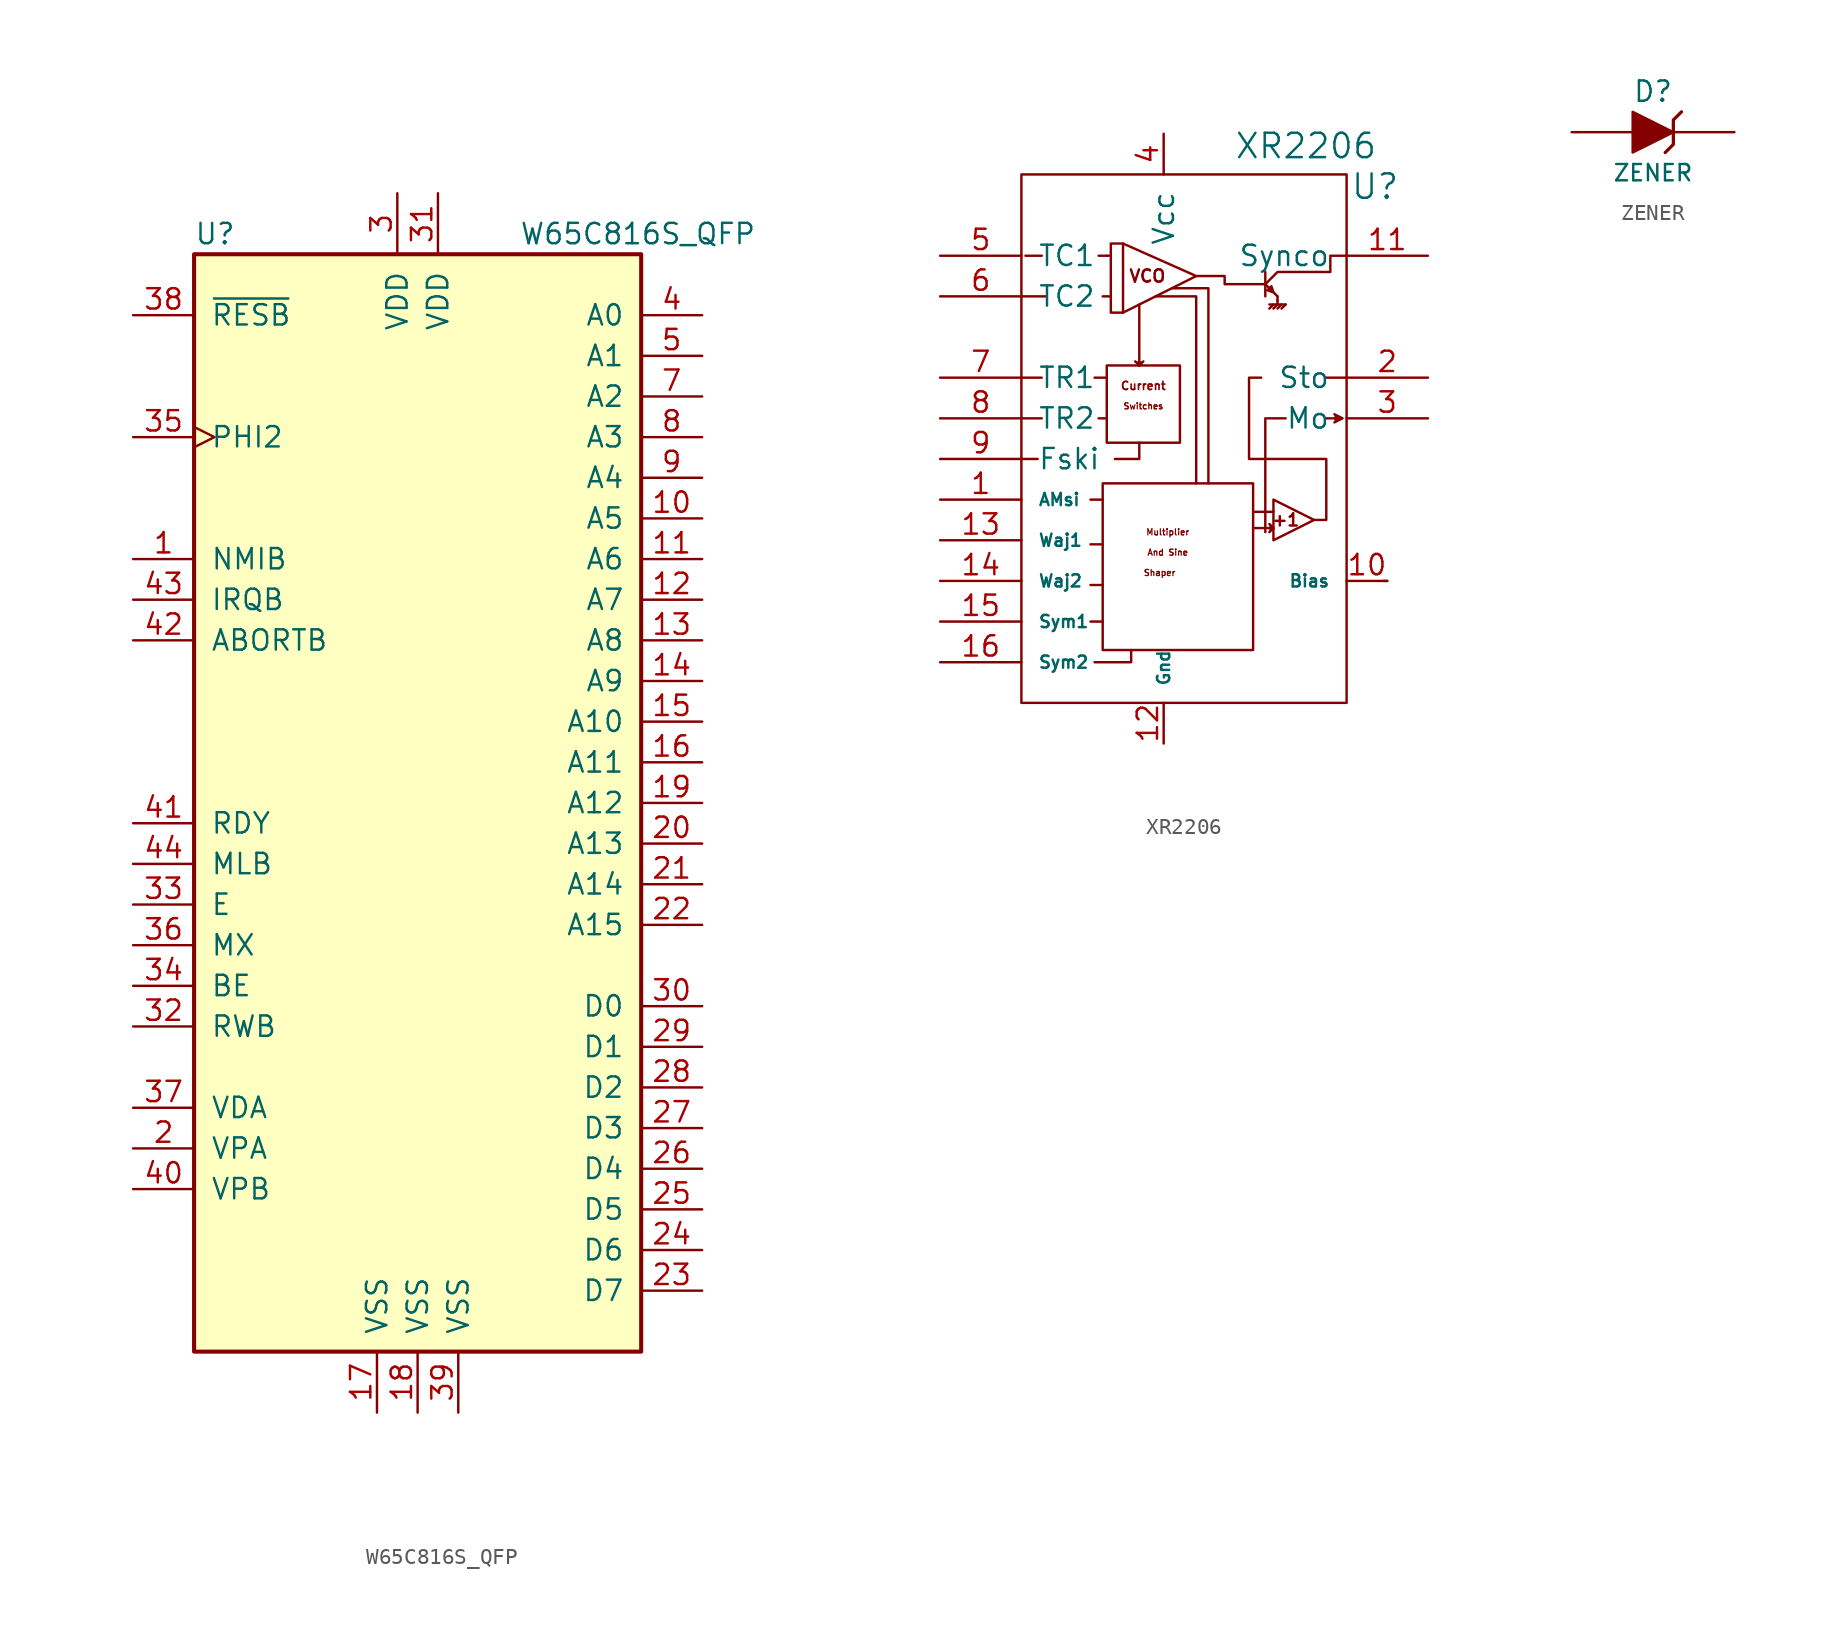
<source format=kicad_sym>
(kicad_symbol_lib
  (version 20220914)
  (generator kicad_symbol_editor)
  (symbol "W65C816S_QFP"
    (pin_names
      (offset 1.016))
    (property "Reference" "U"
      (at -13.97 35.56 0)
      (effects (font (size 1.27 1.27)) (justify left)))
    (property "Value" "W65C816S_QFP"
      (at 6.35 35.56 0)
      (effects (font (size 1.27 1.27)) (justify left)))
    (symbol "W65C816S_QFP_0_1"
      (rectangle (start -13.97 34.29) (end 13.97 -34.29) (stroke (width 0.254) (type default)) (fill (type background))))
    (symbol "W65C816S_QFP_1_1"
      (pin input line (at -17.78 15.24 0) (length 3.81) (name "NMIB" (effects (font (size 1.27 1.27)))) (number "1" (effects (font (size 1.27 1.27)))))
      (pin output line (at 17.78 17.78 180) (length 3.81) (name "A5" (effects (font (size 1.27 1.27)))) (number "10" (effects (font (size 1.27 1.27)))))
      (pin output line (at 17.78 15.24 180) (length 3.81) (name "A6" (effects (font (size 1.27 1.27)))) (number "11" (effects (font (size 1.27 1.27)))))
      (pin output line (at 17.78 12.7 180) (length 3.81) (name "A7" (effects (font (size 1.27 1.27)))) (number "12" (effects (font (size 1.27 1.27)))))
      (pin output line (at 17.78 10.16 180) (length 3.81) (name "A8" (effects (font (size 1.27 1.27)))) (number "13" (effects (font (size 1.27 1.27)))))
      (pin output line (at 17.78 7.62 180) (length 3.81) (name "A9" (effects (font (size 1.27 1.27)))) (number "14" (effects (font (size 1.27 1.27)))))
      (pin output line (at 17.78 5.08 180) (length 3.81) (name "A10" (effects (font (size 1.27 1.27)))) (number "15" (effects (font (size 1.27 1.27)))))
      (pin output line (at 17.78 2.54 180) (length 3.81) (name "A11" (effects (font (size 1.27 1.27)))) (number "16" (effects (font (size 1.27 1.27)))))
      (pin power_in line (at -2.54 -38.1 90) (length 3.81) (name "VSS" (effects (font (size 1.27 1.27)))) (number "17" (effects (font (size 1.27 1.27)))))
      (pin power_in line (at 0 -38.1 90) (length 3.81) (name "VSS" (effects (font (size 1.27 1.27)))) (number "18" (effects (font (size 1.27 1.27)))))
      (pin output line (at 17.78 0 180) (length 3.81) (name "A12" (effects (font (size 1.27 1.27)))) (number "19" (effects (font (size 1.27 1.27)))))
      (pin output line (at -17.78 -21.59 0) (length 3.81) (name "VPA" (effects (font (size 1.27 1.27)))) (number "2" (effects (font (size 1.27 1.27)))))
      (pin output line (at 17.78 -2.54 180) (length 3.81) (name "A13" (effects (font (size 1.27 1.27)))) (number "20" (effects (font (size 1.27 1.27)))))
      (pin output line (at 17.78 -5.08 180) (length 3.81) (name "A14" (effects (font (size 1.27 1.27)))) (number "21" (effects (font (size 1.27 1.27)))))
      (pin output line (at 17.78 -7.62 180) (length 3.81) (name "A15" (effects (font (size 1.27 1.27)))) (number "22" (effects (font (size 1.27 1.27)))))
      (pin bidirectional line (at 17.78 -30.48 180) (length 3.81) (name "D7" (effects (font (size 1.27 1.27)))) (number "23" (effects (font (size 1.27 1.27)))))
      (pin bidirectional line (at 17.78 -27.94 180) (length 3.81) (name "D6" (effects (font (size 1.27 1.27)))) (number "24" (effects (font (size 1.27 1.27)))))
      (pin bidirectional line (at 17.78 -25.4 180) (length 3.81) (name "D5" (effects (font (size 1.27 1.27)))) (number "25" (effects (font (size 1.27 1.27)))))
      (pin bidirectional line (at 17.78 -22.86 180) (length 3.81) (name "D4" (effects (font (size 1.27 1.27)))) (number "26" (effects (font (size 1.27 1.27)))))
      (pin bidirectional line (at 17.78 -20.32 180) (length 3.81) (name "D3" (effects (font (size 1.27 1.27)))) (number "27" (effects (font (size 1.27 1.27)))))
      (pin bidirectional line (at 17.78 -17.78 180) (length 3.81) (name "D2" (effects (font (size 1.27 1.27)))) (number "28" (effects (font (size 1.27 1.27)))))
      (pin bidirectional line (at 17.78 -15.24 180) (length 3.81) (name "D1" (effects (font (size 1.27 1.27)))) (number "29" (effects (font (size 1.27 1.27)))))
      (pin power_in line (at -1.27 38.1 270) (length 3.81) (name "VDD" (effects (font (size 1.27 1.27)))) (number "3" (effects (font (size 1.27 1.27)))))
      (pin bidirectional line (at 17.78 -12.7 180) (length 3.81) (name "D0" (effects (font (size 1.27 1.27)))) (number "30" (effects (font (size 1.27 1.27)))))
      (pin power_in line (at 1.27 38.1 270) (length 3.81) (name "VDD" (effects (font (size 1.27 1.27)))) (number "31" (effects (font (size 1.27 1.27)))))
      (pin output line (at -17.78 -13.97 0) (length 3.81) (name "RWB" (effects (font (size 1.27 1.27)))) (number "32" (effects (font (size 1.27 1.27)))))
      (pin input line (at -17.78 -6.35 0) (length 3.81) (name "E" (effects (font (size 1.27 1.27)))) (number "33" (effects (font (size 1.27 1.27)))))
      (pin output line (at -17.78 -11.43 0) (length 3.81) (name "BE" (effects (font (size 1.27 1.27)))) (number "34" (effects (font (size 1.27 1.27)))))
      (pin input clock (at -17.78 22.86 0) (length 3.81) (name "PHI2" (effects (font (size 1.27 1.27)))) (number "35" (effects (font (size 1.27 1.27)))))
      (pin output line (at -17.78 -8.89 0) (length 3.81) (name "MX" (effects (font (size 1.27 1.27)))) (number "36" (effects (font (size 1.27 1.27)))))
      (pin output line (at -17.78 -19.05 0) (length 3.81) (name "VDA" (effects (font (size 1.27 1.27)))) (number "37" (effects (font (size 1.27 1.27)))))
      (pin input line (at -17.78 30.48 0) (length 3.81) (name "~{RESB}" (effects (font (size 1.27 1.27)))) (number "38" (effects (font (size 1.27 1.27)))))
      (pin power_in line (at 2.54 -38.1 90) (length 3.81) (name "VSS" (effects (font (size 1.27 1.27)))) (number "39" (effects (font (size 1.27 1.27)))))
      (pin output line (at 17.78 30.48 180) (length 3.81) (name "A0" (effects (font (size 1.27 1.27)))) (number "4" (effects (font (size 1.27 1.27)))))
      (pin output line (at -17.78 -24.13 0) (length 3.81) (name "VPB" (effects (font (size 1.27 1.27)))) (number "40" (effects (font (size 1.27 1.27)))))
      (pin input line (at -17.78 -1.27 0) (length 3.81) (name "RDY" (effects (font (size 1.27 1.27)))) (number "41" (effects (font (size 1.27 1.27)))))
      (pin input line (at -17.78 10.16 0) (length 3.81) (name "ABORTB" (effects (font (size 1.27 1.27)))) (number "42" (effects (font (size 1.27 1.27)))))
      (pin input line (at -17.78 12.7 0) (length 3.81) (name "IRQB" (effects (font (size 1.27 1.27)))) (number "43" (effects (font (size 1.27 1.27)))))
      (pin output line (at -17.78 -3.81 0) (length 3.81) (name "MLB" (effects (font (size 1.27 1.27)))) (number "44" (effects (font (size 1.27 1.27)))))
      (pin output line (at 17.78 27.94 180) (length 3.81) (name "A1" (effects (font (size 1.27 1.27)))) (number "5" (effects (font (size 1.27 1.27)))))
      (pin output line (at 17.78 25.4 180) (length 3.81) (name "A2" (effects (font (size 1.27 1.27)))) (number "7" (effects (font (size 1.27 1.27)))))
      (pin output line (at 17.78 22.86 180) (length 3.81) (name "A3" (effects (font (size 1.27 1.27)))) (number "8" (effects (font (size 1.27 1.27)))))
      (pin output line (at 17.78 20.32 180) (length 3.81) (name "A4" (effects (font (size 1.27 1.27)))) (number "9" (effects (font (size 1.27 1.27)))))))
  (symbol "XR2206"
    (pin_names
      (offset 1.016))
    (property "Reference" "U"
      (at 13.208 17.018 0)
      (effects (font (size 1.524 1.524))))
    (property "Value" "XR2206"
      (at 8.89 19.558 0)
      (effects (font (size 1.524 1.524))))
    (property "Footprint" ""
      (at 0 0 0)
      (effects (font (size 1.524 1.524))))
    (property "Datasheet" ""
      (at 0 0 0)
      (effects (font (size 1.524 1.524))))
    (symbol "XR2206_0_0"
      (polyline (pts (xy 13.716 -7.62) (xy 13.97 -7.62)) (stroke (width 0) (type default)) (fill (type none)))
      (polyline (pts (xy -4.572 -10.16) (xy -3.81 -10.16) (xy -3.81 -10.16)) (stroke (width 0) (type default)) (fill (type none)))
      (polyline (pts (xy -4.572 -7.874) (xy -3.81 -7.874) (xy -3.81 -7.874)) (stroke (width 0) (type default)) (fill (type none)))
      (polyline (pts (xy -4.572 -5.334) (xy -3.81 -5.334) (xy -3.81 -5.334)) (stroke (width 0) (type default)) (fill (type none)))
      (polyline (pts (xy -4.572 -2.54) (xy -3.81 -2.54) (xy -3.81 -2.54)) (stroke (width 0) (type default)) (fill (type none)))
      (polyline (pts (xy 0.762 10.668) (xy 0.508 10.668) (xy 0.508 10.668)) (stroke (width 0) (type default)) (fill (type none)))
      (polyline (pts (xy 5.588 -4.318) (xy 6.858 -4.318) (xy 6.858 -4.318)) (stroke (width 0) (type default)) (fill (type none)))
      (polyline (pts (xy 5.588 -3.302) (xy 6.858 -3.302) (xy 6.858 -3.302)) (stroke (width 0) (type default)) (fill (type none)))
      (polyline (pts (xy 10.16 5.08) (xy 11.43 5.08) (xy 11.43 5.08)) (stroke (width 0) (type default)) (fill (type none)))
      (polyline (pts (xy 10.668 2.54) (xy 10.16 2.54) (xy 10.16 2.54)) (stroke (width 0) (type default)) (fill (type none)))
      (polyline (pts (xy -4.318 -12.7) (xy -2.032 -12.7) (xy -2.032 -11.938) (xy -2.032 -11.938)) (stroke (width 0) (type default)) (fill (type none)))
      (polyline (pts (xy -1.778 6.096) (xy -1.524 5.842) (xy -1.27 6.096) (xy -1.27 6.096)) (stroke (width 0) (type default)) (fill (type outline)))
      (polyline (pts (xy -0.508 10.16) (xy 2.032 10.16) (xy 2.032 -1.524) (xy 2.032 -1.524)) (stroke (width 0) (type default)) (fill (type none)))
      (polyline (pts (xy 0.762 10.668) (xy 2.794 10.668) (xy 2.794 -1.524) (xy 2.794 -1.524)) (stroke (width 0) (type default)) (fill (type none)))
      (polyline (pts (xy 6.604 -4.064) (xy 6.858 -4.318) (xy 6.604 -4.572) (xy 6.604 -4.572)) (stroke (width 0) (type default)) (fill (type outline)))
      (polyline (pts (xy 7.62 2.54) (xy 6.35 2.54) (xy 6.35 -4.572) (xy 6.35 -4.572)) (stroke (width 0) (type default)) (fill (type none)))
      (polyline (pts (xy 10.668 2.794) (xy 11.176 2.54) (xy 10.668 2.286) (xy 10.668 2.286)) (stroke (width 0) (type default)) (fill (type outline)))
      (polyline (pts (xy -3.81 -1.524) (xy 5.588 -1.524) (xy 5.588 -11.938) (xy -3.81 -11.938) (xy -3.81 -1.524) (xy -3.81 -1.524)) (stroke (width 0) (type default)) (fill (type none)))
      (polyline (pts (xy 6.858 -3.302) (xy 6.858 -2.54) (xy 9.398 -3.81) (xy 6.858 -5.08) (xy 6.858 -3.302) (xy 6.858 -3.302)) (stroke (width 0) (type default)) (fill (type none)))
      (polyline (pts (xy 9.398 -3.81) (xy 10.16 -3.81) (xy 10.16 -3.81) (xy 10.16 0) (xy 5.334 0) (xy 5.334 5.08) (xy 6.096 5.08) (xy 6.096 5.08)) (stroke (width 0) (type default)) (fill (type none)))
      (text "+1" (at 7.62 -3.81 0) (effects (font (size 0.762 0.762) bold)))
      (text "And Sine" (at 0.254 -5.842 0) (effects (font (size 0.381 0.381) bold)))
      (text "Current" (at -1.27 4.572 0) (effects (font (size 0.508 0.508) bold)))
      (text "Multiplier" (at 0.254 -4.572 0) (effects (font (size 0.381 0.381) bold)))
      (text "Shaper" (at -0.254 -7.112 0) (effects (font (size 0.381 0.381) bold)))
      (text "Switches" (at -1.27 3.302 0) (effects (font (size 0.381 0.381) bold)))
      (text "VCO" (at -1.016 11.43 0) (effects (font (size 0.762 0.762) bold))))
    (symbol "XR2206_0_1"
      (rectangle (start -8.89 17.78) (end 11.43 -15.24) (stroke (width 0) (type default)) (fill (type none)))
      (polyline (pts (xy -8.89 0) (xy -7.874 0) (xy -7.874 0)) (stroke (width 0) (type default)) (fill (type none)))
      (polyline (pts (xy -8.89 5.08) (xy -7.62 5.08) (xy -7.62 5.08)) (stroke (width 0) (type default)) (fill (type outline)))
      (polyline (pts (xy -8.89 10.16) (xy -7.366 10.16) (xy -7.366 10.16)) (stroke (width 0) (type default)) (fill (type none)))
      (polyline (pts (xy -8.636 12.7) (xy -7.62 12.7) (xy -7.62 12.7)) (stroke (width 0) (type default)) (fill (type none)))
      (polyline (pts (xy -4.318 5.08) (xy -3.556 5.08) (xy -3.556 5.08)) (stroke (width 0) (type default)) (fill (type outline)))
      (polyline (pts (xy -4.064 2.54) (xy -3.556 2.54) (xy -3.556 2.54)) (stroke (width 0) (type default)) (fill (type outline)))
      (polyline (pts (xy -4.064 12.7) (xy -3.556 12.7) (xy -3.556 12.7)) (stroke (width 0) (type default)) (fill (type none)))
      (polyline (pts (xy -3.81 10.16) (xy -3.302 10.16) (xy -3.302 10.16)) (stroke (width 0) (type default)) (fill (type none)))
      (polyline (pts (xy -3.556 12.7) (xy -3.302 12.7) (xy -3.302 12.7)) (stroke (width 0) (type default)) (fill (type none)))
      (polyline (pts (xy -1.524 9.652) (xy -1.524 5.842) (xy -1.524 5.842)) (stroke (width 0) (type default)) (fill (type none)))
      (polyline (pts (xy 6.35 10.922) (xy 7.112 10.16) (xy 7.112 10.16)) (stroke (width 0) (type default)) (fill (type none)))
      (polyline (pts (xy 6.35 11.684) (xy 6.35 10.16) (xy 6.35 10.16)) (stroke (width 0) (type default)) (fill (type none)))
      (polyline (pts (xy 6.604 9.652) (xy 7.62 9.652) (xy 7.62 9.652)) (stroke (width 0) (type default)) (fill (type none)))
      (polyline (pts (xy 6.858 9.398) (xy 7.112 9.652) (xy 7.112 9.652)) (stroke (width 0) (type default)) (fill (type none)))
      (polyline (pts (xy 7.112 9.398) (xy 7.366 9.652) (xy 7.366 9.652)) (stroke (width 0) (type default)) (fill (type none)))
      (polyline (pts (xy 7.112 9.906) (xy 7.112 9.906) (xy 7.112 9.906)) (stroke (width 0) (type default)) (fill (type none)))
      (polyline (pts (xy 7.112 10.16) (xy 7.112 9.652) (xy 7.112 9.652)) (stroke (width 0) (type default)) (fill (type none)))
      (polyline (pts (xy 7.366 9.398) (xy 7.62 9.652) (xy 7.62 9.652)) (stroke (width 0) (type default)) (fill (type none)))
      (polyline (pts (xy -8.89 2.54) (xy -7.874 2.54) (xy -7.62 2.54) (xy -7.62 2.54)) (stroke (width 0) (type default)) (fill (type outline)))
      (polyline (pts (xy -3.048 0) (xy -1.524 0) (xy -1.524 1.016) (xy -1.524 1.016)) (stroke (width 0) (type default)) (fill (type none)))
      (polyline (pts (xy -2.54 13.462) (xy 2.032 11.43) (xy -2.54 9.144) (xy -2.54 9.144)) (stroke (width 0) (type default)) (fill (type none)))
      (polyline (pts (xy 2.032 11.43) (xy 3.81 11.43) (xy 3.81 10.922) (xy 6.35 10.922) (xy 6.35 10.922)) (stroke (width 0) (type default)) (fill (type none)))
      (polyline (pts (xy 6.604 9.398) (xy 6.858 9.652) (xy 6.858 9.652) (xy 6.858 9.652) (xy 6.858 9.652)) (stroke (width 0) (type default)) (fill (type none)))
      (polyline (pts (xy -3.302 13.462) (xy -3.302 9.144) (xy -2.54 9.144) (xy -2.54 13.462) (xy -3.302 13.462) (xy -3.302 13.462)) (stroke (width 0) (type default)) (fill (type none)))
      (polyline (pts (xy 6.604 10.668) (xy 6.731 10.795) (xy 6.858 10.414) (xy 6.477 10.541) (xy 6.604 10.668) (xy 6.604 10.668)) (stroke (width 0) (type default)) (fill (type outline)))
      (polyline (pts (xy -3.556 5.842) (xy -3.556 1.016) (xy -3.556 1.016) (xy 1.016 1.016) (xy 1.016 5.842) (xy -3.556 5.842) (xy -3.556 5.842)) (stroke (width 0) (type default)) (fill (type none)))
      (polyline (pts (xy 6.35 10.922) (xy 7.112 11.684) (xy 10.16 11.684) (xy 10.414 11.684) (xy 10.414 12.7) (xy 11.43 12.7) (xy 11.43 12.7)) (stroke (width 0) (type default)) (fill (type none))))
    (symbol "XR2206_1_1"
      (pin passive line (at -13.97 -2.54 0) (length 5.08) (name "AMsi" (effects (font (size 0.762 0.762)))) (number "1" (effects (font (size 1.27 1.27)))))
      (pin passive line (at 13.97 -7.62 180) (length 2.54) (name "Bias" (effects (font (size 0.762 0.762)))) (number "10" (effects (font (size 1.27 1.27)))))
      (pin passive line (at 16.51 12.7 180) (length 5.08) (name "Synco" (effects (font (size 1.27 1.27)))) (number "11" (effects (font (size 1.27 1.27)))))
      (pin power_in line (at 0 -17.78 90) (length 2.54) (name "Gnd" (effects (font (size 0.762 0.762)))) (number "12" (effects (font (size 1.27 1.27)))))
      (pin passive line (at -13.97 -5.08 0) (length 5.08) (name "Waj1" (effects (font (size 0.762 0.762)))) (number "13" (effects (font (size 1.27 1.27)))))
      (pin passive line (at -13.97 -7.62 0) (length 5.08) (name "Waj2" (effects (font (size 0.762 0.762)))) (number "14" (effects (font (size 1.27 1.27)))))
      (pin passive line (at -13.97 -10.16 0) (length 5.08) (name "Sym1" (effects (font (size 0.762 0.762)))) (number "15" (effects (font (size 1.27 1.27)))))
      (pin passive line (at -13.97 -12.7 0) (length 5.08) (name "Sym2" (effects (font (size 0.762 0.762)))) (number "16" (effects (font (size 1.27 1.27)))))
      (pin output line (at 16.51 5.08 180) (length 5.08) (name "Sto" (effects (font (size 1.27 1.27)))) (number "2" (effects (font (size 1.27 1.27)))))
      (pin passive line (at 16.51 2.54 180) (length 5.08) (name "Mo" (effects (font (size 1.27 1.27)))) (number "3" (effects (font (size 1.27 1.27)))))
      (pin power_in line (at 0 20.32 270) (length 2.54) (name "Vcc" (effects (font (size 1.27 1.27)))) (number "4" (effects (font (size 1.27 1.27)))))
      (pin passive line (at -13.97 12.7 0) (length 5.08) (name "TC1" (effects (font (size 1.27 1.27)))) (number "5" (effects (font (size 1.27 1.27)))))
      (pin passive line (at -13.97 10.16 0) (length 5.08) (name "TC2" (effects (font (size 1.27 1.27)))) (number "6" (effects (font (size 1.27 1.27)))))
      (pin passive line (at -13.97 5.08 0) (length 5.08) (name "TR1" (effects (font (size 1.27 1.27)))) (number "7" (effects (font (size 1.27 1.27)))))
      (pin passive line (at -13.97 2.54 0) (length 5.08) (name "TR2" (effects (font (size 1.27 1.27)))) (number "8" (effects (font (size 1.27 1.27)))))
      (pin input line (at -13.97 0 0) (length 5.08) (name "Fski" (effects (font (size 1.27 1.27)))) (number "9" (effects (font (size 1.27 1.27)))))))
  (symbol "ZENER"
    (pin_numbers hide)
    (pin_names
      (offset 1.016) hide)
    (property "Reference" "D"
      (at 0 2.54 0)
      (effects (font (size 1.27 1.27))))
    (property "Value" "ZENER"
      (at 0 -2.54 0)
      (effects (font (size 1.016 1.016))))
    (property "Footprint" ""
      (at 0 0 0)
      (effects (font (size 1.524 1.524))))
    (property "Datasheet" ""
      (at 0 0 0)
      (effects (font (size 1.524 1.524))))
    (symbol "ZENER_0_1"
      (polyline (pts (xy 1.27 0) (xy -1.27 1.27) (xy -1.27 -1.27) (xy 1.27 0) (xy 1.27 0)) (stroke (width 0) (type default)) (fill (type outline)))
      (polyline (pts (xy 1.778 1.27) (xy 1.27 0.762) (xy 1.27 -0.762) (xy 0.762 -1.27) (xy 0.762 -1.27)) (stroke (width 0.203) (type default)) (fill (type none))))
    (symbol "ZENER_1_1"
      (pin passive line (at -5.08 0 0) (length 3.81) (name "A" (effects (font (size 1.016 1.016)))) (number "1" (effects (font (size 1.016 1.016)))))
      (pin passive line (at 5.08 0 180) (length 3.81) (name "K" (effects (font (size 1.016 1.016)))) (number "2" (effects (font (size 1.016 1.016))))))))
</source>
